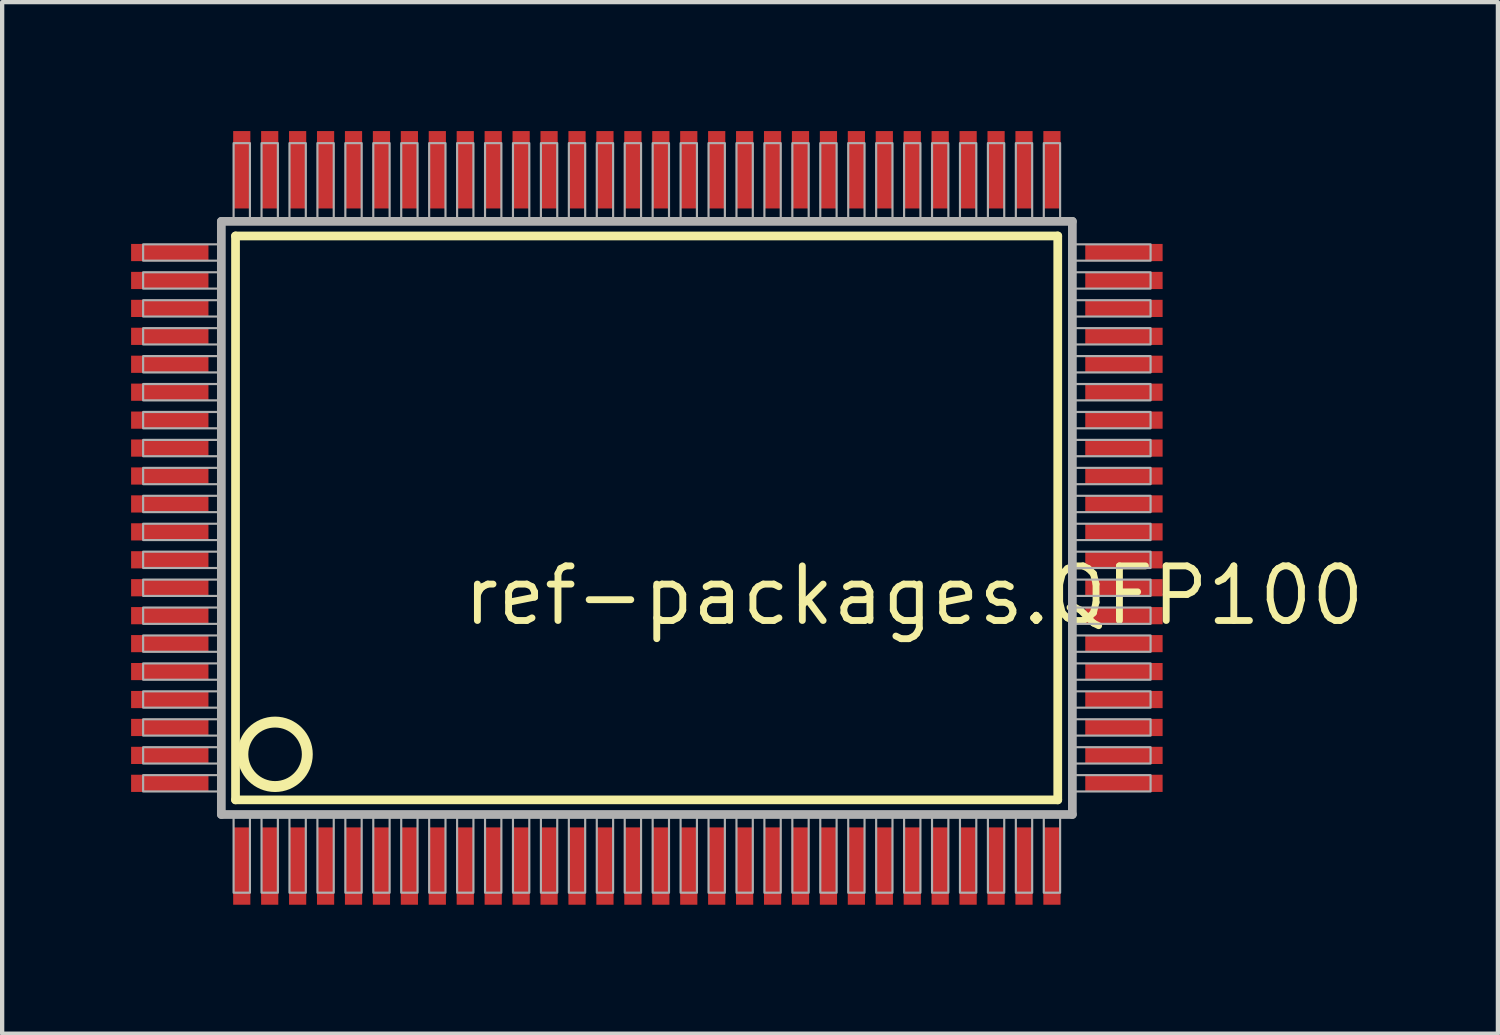
<source format=kicad_pcb>
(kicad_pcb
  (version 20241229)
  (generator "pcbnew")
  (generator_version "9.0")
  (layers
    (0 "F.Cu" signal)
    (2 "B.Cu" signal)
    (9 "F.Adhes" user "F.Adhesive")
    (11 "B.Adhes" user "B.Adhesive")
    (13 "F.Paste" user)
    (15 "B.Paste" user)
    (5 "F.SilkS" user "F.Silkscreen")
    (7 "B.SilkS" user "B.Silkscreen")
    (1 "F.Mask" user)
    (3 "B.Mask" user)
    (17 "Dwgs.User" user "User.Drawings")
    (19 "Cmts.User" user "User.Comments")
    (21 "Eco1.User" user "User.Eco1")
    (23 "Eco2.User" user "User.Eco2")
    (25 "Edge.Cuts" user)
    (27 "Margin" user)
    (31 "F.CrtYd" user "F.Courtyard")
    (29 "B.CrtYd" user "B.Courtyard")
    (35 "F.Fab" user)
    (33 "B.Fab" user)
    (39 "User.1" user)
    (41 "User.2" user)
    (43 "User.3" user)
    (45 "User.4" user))
  (footprint "ref-packages.QFP100"
    (layer "F.Cu")
    (at 12 9)
    (property "Reference" "ref-packages.QFP100" (at -4.35 2.55 0) (layer "F.SilkS") (effects (font (size 1.27 1.27) (thickness 0.16)) (justify left bottom)))
    (attr smd)
    (fp_line (start -9.57 -6.56) (end 9.56 -6.56) (stroke (width 0.203) (type default)) (layer "F.SilkS"))
    (fp_line (start -9.57 6.56) (end -9.57 -6.56) (stroke (width 0.203) (type default)) (layer "F.SilkS"))
    (fp_line (start 9.56 -6.56) (end 9.56 6.56) (stroke (width 0.203) (type default)) (layer "F.SilkS"))
    (fp_line (start 9.56 6.56) (end -9.57 6.56) (stroke (width 0.203) (type default)) (layer "F.SilkS"))
    (fp_circle (center -8.65 5.5) (end -7.9 5.5) (stroke (width 0.254) (type default)) (fill no) (layer "F.SilkS"))
    (fp_line (start -9.9 -6.9) (end -9.9 6.9) (stroke (width 0.203) (type default)) (layer "F.Fab"))
    (fp_line (start -9.9 6.9) (end 9.9 6.9) (stroke (width 0.203) (type default)) (layer "F.Fab"))
    (fp_line (start 9.9 -6.9) (end -9.9 -6.9) (stroke (width 0.203) (type default)) (layer "F.Fab"))
    (fp_line (start 9.9 6.9) (end 9.9 -6.9) (stroke (width 0.203) (type default)) (layer "F.Fab"))
    (fp_rect (start -11.72 -5.985) (end -9.95 -6.365) (stroke (width 0.05) (type default)) (fill no) (layer "F.Fab"))
    (fp_rect (start -11.72 -5.335) (end -9.95 -5.715) (stroke (width 0.05) (type default)) (fill no) (layer "F.Fab"))
    (fp_rect (start -11.72 -4.685) (end -9.95 -5.065) (stroke (width 0.05) (type default)) (fill no) (layer "F.Fab"))
    (fp_rect (start -11.72 -4.035) (end -9.95 -4.415) (stroke (width 0.05) (type default)) (fill no) (layer "F.Fab"))
    (fp_rect (start -11.72 -3.385) (end -9.95 -3.765) (stroke (width 0.05) (type default)) (fill no) (layer "F.Fab"))
    (fp_rect (start -11.72 -2.735) (end -9.95 -3.115) (stroke (width 0.05) (type default)) (fill no) (layer "F.Fab"))
    (fp_rect (start -11.72 -2.085) (end -9.95 -2.465) (stroke (width 0.05) (type default)) (fill no) (layer "F.Fab"))
    (fp_rect (start -11.72 -1.435) (end -9.95 -1.815) (stroke (width 0.05) (type default)) (fill no) (layer "F.Fab"))
    (fp_rect (start -11.72 -0.785) (end -9.95 -1.165) (stroke (width 0.05) (type default)) (fill no) (layer "F.Fab"))
    (fp_rect (start -11.72 -0.135) (end -9.95 -0.515) (stroke (width 0.05) (type default)) (fill no) (layer "F.Fab"))
    (fp_rect (start -11.72 0.515) (end -9.95 0.135) (stroke (width 0.05) (type default)) (fill no) (layer "F.Fab"))
    (fp_rect (start -11.72 1.165) (end -9.95 0.785) (stroke (width 0.05) (type default)) (fill no) (layer "F.Fab"))
    (fp_rect (start -11.72 1.815) (end -9.95 1.435) (stroke (width 0.05) (type default)) (fill no) (layer "F.Fab"))
    (fp_rect (start -11.72 2.465) (end -9.95 2.085) (stroke (width 0.05) (type default)) (fill no) (layer "F.Fab"))
    (fp_rect (start -11.72 3.115) (end -9.95 2.735) (stroke (width 0.05) (type default)) (fill no) (layer "F.Fab"))
    (fp_rect (start -11.72 3.765) (end -9.95 3.385) (stroke (width 0.05) (type default)) (fill no) (layer "F.Fab"))
    (fp_rect (start -11.72 4.415) (end -9.95 4.035) (stroke (width 0.05) (type default)) (fill no) (layer "F.Fab"))
    (fp_rect (start -11.72 5.065) (end -9.95 4.685) (stroke (width 0.05) (type default)) (fill no) (layer "F.Fab"))
    (fp_rect (start -11.72 5.715) (end -9.95 5.335) (stroke (width 0.05) (type default)) (fill no) (layer "F.Fab"))
    (fp_rect (start -11.72 6.365) (end -9.95 5.985) (stroke (width 0.05) (type default)) (fill no) (layer "F.Fab"))
    (fp_rect (start -9.615 -6.95) (end -9.235 -8.72) (stroke (width 0.05) (type default)) (fill no) (layer "F.Fab"))
    (fp_rect (start -9.615 8.72) (end -9.235 6.95) (stroke (width 0.05) (type default)) (fill no) (layer "F.Fab"))
    (fp_rect (start -8.965 -6.95) (end -8.585 -8.72) (stroke (width 0.05) (type default)) (fill no) (layer "F.Fab"))
    (fp_rect (start -8.965 8.72) (end -8.585 6.95) (stroke (width 0.05) (type default)) (fill no) (layer "F.Fab"))
    (fp_rect (start -8.315 -6.95) (end -7.935 -8.72) (stroke (width 0.05) (type default)) (fill no) (layer "F.Fab"))
    (fp_rect (start -8.315 8.72) (end -7.935 6.95) (stroke (width 0.05) (type default)) (fill no) (layer "F.Fab"))
    (fp_rect (start -7.665 -6.95) (end -7.285 -8.72) (stroke (width 0.05) (type default)) (fill no) (layer "F.Fab"))
    (fp_rect (start -7.665 8.72) (end -7.285 6.95) (stroke (width 0.05) (type default)) (fill no) (layer "F.Fab"))
    (fp_rect (start -7.015 -6.95) (end -6.635 -8.72) (stroke (width 0.05) (type default)) (fill no) (layer "F.Fab"))
    (fp_rect (start -7.015 8.72) (end -6.635 6.95) (stroke (width 0.05) (type default)) (fill no) (layer "F.Fab"))
    (fp_rect (start -6.365 -6.95) (end -5.985 -8.72) (stroke (width 0.05) (type default)) (fill no) (layer "F.Fab"))
    (fp_rect (start -6.365 8.72) (end -5.985 6.95) (stroke (width 0.05) (type default)) (fill no) (layer "F.Fab"))
    (fp_rect (start -5.715 -6.95) (end -5.335 -8.72) (stroke (width 0.05) (type default)) (fill no) (layer "F.Fab"))
    (fp_rect (start -5.715 8.72) (end -5.335 6.95) (stroke (width 0.05) (type default)) (fill no) (layer "F.Fab"))
    (fp_rect (start -5.065 -6.95) (end -4.685 -8.72) (stroke (width 0.05) (type default)) (fill no) (layer "F.Fab"))
    (fp_rect (start -5.065 8.72) (end -4.685 6.95) (stroke (width 0.05) (type default)) (fill no) (layer "F.Fab"))
    (fp_rect (start -4.415 -6.95) (end -4.035 -8.72) (stroke (width 0.05) (type default)) (fill no) (layer "F.Fab"))
    (fp_rect (start -4.415 8.72) (end -4.035 6.95) (stroke (width 0.05) (type default)) (fill no) (layer "F.Fab"))
    (fp_rect (start -3.765 -6.95) (end -3.385 -8.72) (stroke (width 0.05) (type default)) (fill no) (layer "F.Fab"))
    (fp_rect (start -3.765 8.72) (end -3.385 6.95) (stroke (width 0.05) (type default)) (fill no) (layer "F.Fab"))
    (fp_rect (start -3.115 -6.95) (end -2.735 -8.72) (stroke (width 0.05) (type default)) (fill no) (layer "F.Fab"))
    (fp_rect (start -3.115 8.72) (end -2.735 6.95) (stroke (width 0.05) (type default)) (fill no) (layer "F.Fab"))
    (fp_rect (start -2.465 -6.95) (end -2.085 -8.72) (stroke (width 0.05) (type default)) (fill no) (layer "F.Fab"))
    (fp_rect (start -2.465 8.72) (end -2.085 6.95) (stroke (width 0.05) (type default)) (fill no) (layer "F.Fab"))
    (fp_rect (start -1.815 -6.95) (end -1.435 -8.72) (stroke (width 0.05) (type default)) (fill no) (layer "F.Fab"))
    (fp_rect (start -1.815 8.72) (end -1.435 6.95) (stroke (width 0.05) (type default)) (fill no) (layer "F.Fab"))
    (fp_rect (start -1.165 -6.95) (end -0.785 -8.72) (stroke (width 0.05) (type default)) (fill no) (layer "F.Fab"))
    (fp_rect (start -1.165 8.72) (end -0.785 6.95) (stroke (width 0.05) (type default)) (fill no) (layer "F.Fab"))
    (fp_rect (start -0.515 -6.95) (end -0.135 -8.72) (stroke (width 0.05) (type default)) (fill no) (layer "F.Fab"))
    (fp_rect (start -0.515 8.72) (end -0.135 6.95) (stroke (width 0.05) (type default)) (fill no) (layer "F.Fab"))
    (fp_rect (start 0.135 -6.95) (end 0.515 -8.72) (stroke (width 0.05) (type default)) (fill no) (layer "F.Fab"))
    (fp_rect (start 0.135 8.72) (end 0.515 6.95) (stroke (width 0.05) (type default)) (fill no) (layer "F.Fab"))
    (fp_rect (start 0.785 -6.95) (end 1.165 -8.72) (stroke (width 0.05) (type default)) (fill no) (layer "F.Fab"))
    (fp_rect (start 0.785 8.72) (end 1.165 6.95) (stroke (width 0.05) (type default)) (fill no) (layer "F.Fab"))
    (fp_rect (start 1.435 -6.95) (end 1.815 -8.72) (stroke (width 0.05) (type default)) (fill no) (layer "F.Fab"))
    (fp_rect (start 1.435 8.72) (end 1.815 6.95) (stroke (width 0.05) (type default)) (fill no) (layer "F.Fab"))
    (fp_rect (start 2.085 -6.95) (end 2.465 -8.72) (stroke (width 0.05) (type default)) (fill no) (layer "F.Fab"))
    (fp_rect (start 2.085 8.72) (end 2.465 6.95) (stroke (width 0.05) (type default)) (fill no) (layer "F.Fab"))
    (fp_rect (start 2.735 -6.95) (end 3.115 -8.72) (stroke (width 0.05) (type default)) (fill no) (layer "F.Fab"))
    (fp_rect (start 2.735 8.72) (end 3.115 6.95) (stroke (width 0.05) (type default)) (fill no) (layer "F.Fab"))
    (fp_rect (start 3.385 -6.95) (end 3.765 -8.72) (stroke (width 0.05) (type default)) (fill no) (layer "F.Fab"))
    (fp_rect (start 3.385 8.72) (end 3.765 6.95) (stroke (width 0.05) (type default)) (fill no) (layer "F.Fab"))
    (fp_rect (start 4.035 -6.95) (end 4.415 -8.72) (stroke (width 0.05) (type default)) (fill no) (layer "F.Fab"))
    (fp_rect (start 4.035 8.72) (end 4.415 6.95) (stroke (width 0.05) (type default)) (fill no) (layer "F.Fab"))
    (fp_rect (start 4.685 -6.95) (end 5.065 -8.72) (stroke (width 0.05) (type default)) (fill no) (layer "F.Fab"))
    (fp_rect (start 4.685 8.72) (end 5.065 6.95) (stroke (width 0.05) (type default)) (fill no) (layer "F.Fab"))
    (fp_rect (start 5.335 -6.95) (end 5.715 -8.72) (stroke (width 0.05) (type default)) (fill no) (layer "F.Fab"))
    (fp_rect (start 5.335 8.72) (end 5.715 6.95) (stroke (width 0.05) (type default)) (fill no) (layer "F.Fab"))
    (fp_rect (start 5.985 -6.95) (end 6.365 -8.72) (stroke (width 0.05) (type default)) (fill no) (layer "F.Fab"))
    (fp_rect (start 5.985 8.72) (end 6.365 6.95) (stroke (width 0.05) (type default)) (fill no) (layer "F.Fab"))
    (fp_rect (start 6.635 -6.95) (end 7.015 -8.72) (stroke (width 0.05) (type default)) (fill no) (layer "F.Fab"))
    (fp_rect (start 6.635 8.72) (end 7.015 6.95) (stroke (width 0.05) (type default)) (fill no) (layer "F.Fab"))
    (fp_rect (start 7.285 -6.95) (end 7.665 -8.72) (stroke (width 0.05) (type default)) (fill no) (layer "F.Fab"))
    (fp_rect (start 7.285 8.72) (end 7.665 6.95) (stroke (width 0.05) (type default)) (fill no) (layer "F.Fab"))
    (fp_rect (start 7.935 -6.95) (end 8.315 -8.72) (stroke (width 0.05) (type default)) (fill no) (layer "F.Fab"))
    (fp_rect (start 7.935 8.72) (end 8.315 6.95) (stroke (width 0.05) (type default)) (fill no) (layer "F.Fab"))
    (fp_rect (start 8.585 -6.95) (end 8.965 -8.72) (stroke (width 0.05) (type default)) (fill no) (layer "F.Fab"))
    (fp_rect (start 8.585 8.72) (end 8.965 6.95) (stroke (width 0.05) (type default)) (fill no) (layer "F.Fab"))
    (fp_rect (start 9.235 -6.95) (end 9.615 -8.72) (stroke (width 0.05) (type default)) (fill no) (layer "F.Fab"))
    (fp_rect (start 9.235 8.72) (end 9.615 6.95) (stroke (width 0.05) (type default)) (fill no) (layer "F.Fab"))
    (fp_rect (start 9.95 -5.985) (end 11.72 -6.365) (stroke (width 0.05) (type default)) (fill no) (layer "F.Fab"))
    (fp_rect (start 9.95 -5.335) (end 11.72 -5.715) (stroke (width 0.05) (type default)) (fill no) (layer "F.Fab"))
    (fp_rect (start 9.95 -4.685) (end 11.72 -5.065) (stroke (width 0.05) (type default)) (fill no) (layer "F.Fab"))
    (fp_rect (start 9.95 -4.035) (end 11.72 -4.415) (stroke (width 0.05) (type default)) (fill no) (layer "F.Fab"))
    (fp_rect (start 9.95 -3.385) (end 11.72 -3.765) (stroke (width 0.05) (type default)) (fill no) (layer "F.Fab"))
    (fp_rect (start 9.95 -2.735) (end 11.72 -3.115) (stroke (width 0.05) (type default)) (fill no) (layer "F.Fab"))
    (fp_rect (start 9.95 -2.085) (end 11.72 -2.465) (stroke (width 0.05) (type default)) (fill no) (layer "F.Fab"))
    (fp_rect (start 9.95 -1.435) (end 11.72 -1.815) (stroke (width 0.05) (type default)) (fill no) (layer "F.Fab"))
    (fp_rect (start 9.95 -0.785) (end 11.72 -1.165) (stroke (width 0.05) (type default)) (fill no) (layer "F.Fab"))
    (fp_rect (start 9.95 -0.135) (end 11.72 -0.515) (stroke (width 0.05) (type default)) (fill no) (layer "F.Fab"))
    (fp_rect (start 9.95 0.515) (end 11.72 0.135) (stroke (width 0.05) (type default)) (fill no) (layer "F.Fab"))
    (fp_rect (start 9.95 1.165) (end 11.72 0.785) (stroke (width 0.05) (type default)) (fill no) (layer "F.Fab"))
    (fp_rect (start 9.95 1.815) (end 11.72 1.435) (stroke (width 0.05) (type default)) (fill no) (layer "F.Fab"))
    (fp_rect (start 9.95 2.465) (end 11.72 2.085) (stroke (width 0.05) (type default)) (fill no) (layer "F.Fab"))
    (fp_rect (start 9.95 3.115) (end 11.72 2.735) (stroke (width 0.05) (type default)) (fill no) (layer "F.Fab"))
    (fp_rect (start 9.95 3.765) (end 11.72 3.385) (stroke (width 0.05) (type default)) (fill no) (layer "F.Fab"))
    (fp_rect (start 9.95 4.415) (end 11.72 4.035) (stroke (width 0.05) (type default)) (fill no) (layer "F.Fab"))
    (fp_rect (start 9.95 5.065) (end 11.72 4.685) (stroke (width 0.05) (type default)) (fill no) (layer "F.Fab"))
    (fp_rect (start 9.95 5.715) (end 11.72 5.335) (stroke (width 0.05) (type default)) (fill no) (layer "F.Fab"))
    (fp_rect (start 9.95 6.365) (end 11.72 5.985) (stroke (width 0.05) (type default)) (fill no) (layer "F.Fab"))
    (pad "1" smd roundrect (at -9.425 8.1) (size 0.4 1.8) (layers "F.Cu" "F.Mask" "F.Paste") (roundrect_rratio 0.01))
    (pad "2" smd roundrect (at -8.775 8.1) (size 0.4 1.8) (layers "F.Cu" "F.Mask" "F.Paste") (roundrect_rratio 0.01))
    (pad "3" smd roundrect (at -8.125 8.1) (size 0.4 1.8) (layers "F.Cu" "F.Mask" "F.Paste") (roundrect_rratio 0.01))
    (pad "4" smd roundrect (at -7.475 8.1) (size 0.4 1.8) (layers "F.Cu" "F.Mask" "F.Paste") (roundrect_rratio 0.01))
    (pad "5" smd roundrect (at -6.825 8.1) (size 0.4 1.8) (layers "F.Cu" "F.Mask" "F.Paste") (roundrect_rratio 0.01))
    (pad "6" smd roundrect (at -6.175 8.1) (size 0.4 1.8) (layers "F.Cu" "F.Mask" "F.Paste") (roundrect_rratio 0.01))
    (pad "7" smd roundrect (at -5.525 8.1) (size 0.4 1.8) (layers "F.Cu" "F.Mask" "F.Paste") (roundrect_rratio 0.01))
    (pad "8" smd roundrect (at -4.875 8.1) (size 0.4 1.8) (layers "F.Cu" "F.Mask" "F.Paste") (roundrect_rratio 0.01))
    (pad "9" smd roundrect (at -4.225 8.1) (size 0.4 1.8) (layers "F.Cu" "F.Mask" "F.Paste") (roundrect_rratio 0.01))
    (pad "10" smd roundrect (at -3.575 8.1) (size 0.4 1.8) (layers "F.Cu" "F.Mask" "F.Paste") (roundrect_rratio 0.01))
    (pad "11" smd roundrect (at -2.925 8.1) (size 0.4 1.8) (layers "F.Cu" "F.Mask" "F.Paste") (roundrect_rratio 0.01))
    (pad "12" smd roundrect (at -2.275 8.1) (size 0.4 1.8) (layers "F.Cu" "F.Mask" "F.Paste") (roundrect_rratio 0.01))
    (pad "13" smd roundrect (at -1.625 8.1) (size 0.4 1.8) (layers "F.Cu" "F.Mask" "F.Paste") (roundrect_rratio 0.01))
    (pad "14" smd roundrect (at -0.975 8.1) (size 0.4 1.8) (layers "F.Cu" "F.Mask" "F.Paste") (roundrect_rratio 0.01))
    (pad "15" smd roundrect (at -0.325 8.1) (size 0.4 1.8) (layers "F.Cu" "F.Mask" "F.Paste") (roundrect_rratio 0.01))
    (pad "16" smd roundrect (at 0.325 8.1) (size 0.4 1.8) (layers "F.Cu" "F.Mask" "F.Paste") (roundrect_rratio 0.01))
    (pad "17" smd roundrect (at 0.975 8.1) (size 0.4 1.8) (layers "F.Cu" "F.Mask" "F.Paste") (roundrect_rratio 0.01))
    (pad "18" smd roundrect (at 1.625 8.1) (size 0.4 1.8) (layers "F.Cu" "F.Mask" "F.Paste") (roundrect_rratio 0.01))
    (pad "19" smd roundrect (at 2.275 8.1) (size 0.4 1.8) (layers "F.Cu" "F.Mask" "F.Paste") (roundrect_rratio 0.01))
    (pad "20" smd roundrect (at 2.925 8.1) (size 0.4 1.8) (layers "F.Cu" "F.Mask" "F.Paste") (roundrect_rratio 0.01))
    (pad "21" smd roundrect (at 3.575 8.1) (size 0.4 1.8) (layers "F.Cu" "F.Mask" "F.Paste") (roundrect_rratio 0.01))
    (pad "22" smd roundrect (at 4.225 8.1) (size 0.4 1.8) (layers "F.Cu" "F.Mask" "F.Paste") (roundrect_rratio 0.01))
    (pad "23" smd roundrect (at 4.875 8.1) (size 0.4 1.8) (layers "F.Cu" "F.Mask" "F.Paste") (roundrect_rratio 0.01))
    (pad "24" smd roundrect (at 5.525 8.1) (size 0.4 1.8) (layers "F.Cu" "F.Mask" "F.Paste") (roundrect_rratio 0.01))
    (pad "25" smd roundrect (at 6.175 8.1) (size 0.4 1.8) (layers "F.Cu" "F.Mask" "F.Paste") (roundrect_rratio 0.01))
    (pad "26" smd roundrect (at 6.825 8.1) (size 0.4 1.8) (layers "F.Cu" "F.Mask" "F.Paste") (roundrect_rratio 0.01))
    (pad "27" smd roundrect (at 7.475 8.1) (size 0.4 1.8) (layers "F.Cu" "F.Mask" "F.Paste") (roundrect_rratio 0.01))
    (pad "28" smd roundrect (at 8.125 8.1) (size 0.4 1.8) (layers "F.Cu" "F.Mask" "F.Paste") (roundrect_rratio 0.01))
    (pad "29" smd roundrect (at 8.775 8.1) (size 0.4 1.8) (layers "F.Cu" "F.Mask" "F.Paste") (roundrect_rratio 0.01))
    (pad "30" smd roundrect (at 9.425 8.1) (size 0.4 1.8) (layers "F.Cu" "F.Mask" "F.Paste") (roundrect_rratio 0.01))
    (pad "31" smd roundrect (at 11.1 6.175) (size 1.8 0.4) (layers "F.Cu" "F.Mask" "F.Paste") (roundrect_rratio 0.01))
    (pad "32" smd roundrect (at 11.1 5.525) (size 1.8 0.4) (layers "F.Cu" "F.Mask" "F.Paste") (roundrect_rratio 0.01))
    (pad "33" smd roundrect (at 11.1 4.875) (size 1.8 0.4) (layers "F.Cu" "F.Mask" "F.Paste") (roundrect_rratio 0.01))
    (pad "34" smd roundrect (at 11.1 4.225) (size 1.8 0.4) (layers "F.Cu" "F.Mask" "F.Paste") (roundrect_rratio 0.01))
    (pad "35" smd roundrect (at 11.1 3.575) (size 1.8 0.4) (layers "F.Cu" "F.Mask" "F.Paste") (roundrect_rratio 0.01))
    (pad "36" smd roundrect (at 11.1 2.925) (size 1.8 0.4) (layers "F.Cu" "F.Mask" "F.Paste") (roundrect_rratio 0.01))
    (pad "37" smd roundrect (at 11.1 2.275) (size 1.8 0.4) (layers "F.Cu" "F.Mask" "F.Paste") (roundrect_rratio 0.01))
    (pad "38" smd roundrect (at 11.1 1.625) (size 1.8 0.4) (layers "F.Cu" "F.Mask" "F.Paste") (roundrect_rratio 0.01))
    (pad "39" smd roundrect (at 11.1 0.975) (size 1.8 0.4) (layers "F.Cu" "F.Mask" "F.Paste") (roundrect_rratio 0.01))
    (pad "40" smd roundrect (at 11.1 0.325) (size 1.8 0.4) (layers "F.Cu" "F.Mask" "F.Paste") (roundrect_rratio 0.01))
    (pad "41" smd roundrect (at 11.1 -0.325) (size 1.8 0.4) (layers "F.Cu" "F.Mask" "F.Paste") (roundrect_rratio 0.01))
    (pad "42" smd roundrect (at 11.1 -0.975) (size 1.8 0.4) (layers "F.Cu" "F.Mask" "F.Paste") (roundrect_rratio 0.01))
    (pad "43" smd roundrect (at 11.1 -1.625) (size 1.8 0.4) (layers "F.Cu" "F.Mask" "F.Paste") (roundrect_rratio 0.01))
    (pad "44" smd roundrect (at 11.1 -2.275) (size 1.8 0.4) (layers "F.Cu" "F.Mask" "F.Paste") (roundrect_rratio 0.01))
    (pad "45" smd roundrect (at 11.1 -2.925) (size 1.8 0.4) (layers "F.Cu" "F.Mask" "F.Paste") (roundrect_rratio 0.01))
    (pad "46" smd roundrect (at 11.1 -3.575) (size 1.8 0.4) (layers "F.Cu" "F.Mask" "F.Paste") (roundrect_rratio 0.01))
    (pad "47" smd roundrect (at 11.1 -4.225) (size 1.8 0.4) (layers "F.Cu" "F.Mask" "F.Paste") (roundrect_rratio 0.01))
    (pad "48" smd roundrect (at 11.1 -4.875) (size 1.8 0.4) (layers "F.Cu" "F.Mask" "F.Paste") (roundrect_rratio 0.01))
    (pad "49" smd roundrect (at 11.1 -5.525) (size 1.8 0.4) (layers "F.Cu" "F.Mask" "F.Paste") (roundrect_rratio 0.01))
    (pad "50" smd roundrect (at 11.1 -6.175) (size 1.8 0.4) (layers "F.Cu" "F.Mask" "F.Paste") (roundrect_rratio 0.01))
    (pad "51" smd roundrect (at 9.425 -8.1) (size 0.4 1.8) (layers "F.Cu" "F.Mask" "F.Paste") (roundrect_rratio 0.01))
    (pad "52" smd roundrect (at 8.775 -8.1) (size 0.4 1.8) (layers "F.Cu" "F.Mask" "F.Paste") (roundrect_rratio 0.01))
    (pad "53" smd roundrect (at 8.125 -8.1) (size 0.4 1.8) (layers "F.Cu" "F.Mask" "F.Paste") (roundrect_rratio 0.01))
    (pad "54" smd roundrect (at 7.475 -8.1) (size 0.4 1.8) (layers "F.Cu" "F.Mask" "F.Paste") (roundrect_rratio 0.01))
    (pad "55" smd roundrect (at 6.825 -8.1) (size 0.4 1.8) (layers "F.Cu" "F.Mask" "F.Paste") (roundrect_rratio 0.01))
    (pad "56" smd roundrect (at 6.175 -8.1) (size 0.4 1.8) (layers "F.Cu" "F.Mask" "F.Paste") (roundrect_rratio 0.01))
    (pad "57" smd roundrect (at 5.525 -8.1) (size 0.4 1.8) (layers "F.Cu" "F.Mask" "F.Paste") (roundrect_rratio 0.01))
    (pad "58" smd roundrect (at 4.875 -8.1) (size 0.4 1.8) (layers "F.Cu" "F.Mask" "F.Paste") (roundrect_rratio 0.01))
    (pad "59" smd roundrect (at 4.225 -8.1) (size 0.4 1.8) (layers "F.Cu" "F.Mask" "F.Paste") (roundrect_rratio 0.01))
    (pad "60" smd roundrect (at 3.575 -8.1) (size 0.4 1.8) (layers "F.Cu" "F.Mask" "F.Paste") (roundrect_rratio 0.01))
    (pad "61" smd roundrect (at 2.925 -8.1) (size 0.4 1.8) (layers "F.Cu" "F.Mask" "F.Paste") (roundrect_rratio 0.01))
    (pad "62" smd roundrect (at 2.275 -8.1) (size 0.4 1.8) (layers "F.Cu" "F.Mask" "F.Paste") (roundrect_rratio 0.01))
    (pad "63" smd roundrect (at 1.625 -8.1) (size 0.4 1.8) (layers "F.Cu" "F.Mask" "F.Paste") (roundrect_rratio 0.01))
    (pad "64" smd roundrect (at 0.975 -8.1) (size 0.4 1.8) (layers "F.Cu" "F.Mask" "F.Paste") (roundrect_rratio 0.01))
    (pad "65" smd roundrect (at 0.325 -8.1) (size 0.4 1.8) (layers "F.Cu" "F.Mask" "F.Paste") (roundrect_rratio 0.01))
    (pad "66" smd roundrect (at -0.325 -8.1) (size 0.4 1.8) (layers "F.Cu" "F.Mask" "F.Paste") (roundrect_rratio 0.01))
    (pad "67" smd roundrect (at -0.975 -8.1) (size 0.4 1.8) (layers "F.Cu" "F.Mask" "F.Paste") (roundrect_rratio 0.01))
    (pad "68" smd roundrect (at -1.625 -8.1) (size 0.4 1.8) (layers "F.Cu" "F.Mask" "F.Paste") (roundrect_rratio 0.01))
    (pad "69" smd roundrect (at -2.275 -8.1) (size 0.4 1.8) (layers "F.Cu" "F.Mask" "F.Paste") (roundrect_rratio 0.01))
    (pad "70" smd roundrect (at -2.925 -8.1) (size 0.4 1.8) (layers "F.Cu" "F.Mask" "F.Paste") (roundrect_rratio 0.01))
    (pad "71" smd roundrect (at -3.575 -8.1) (size 0.4 1.8) (layers "F.Cu" "F.Mask" "F.Paste") (roundrect_rratio 0.01))
    (pad "72" smd roundrect (at -4.225 -8.1) (size 0.4 1.8) (layers "F.Cu" "F.Mask" "F.Paste") (roundrect_rratio 0.01))
    (pad "73" smd roundrect (at -4.875 -8.1) (size 0.4 1.8) (layers "F.Cu" "F.Mask" "F.Paste") (roundrect_rratio 0.01))
    (pad "74" smd roundrect (at -5.525 -8.1) (size 0.4 1.8) (layers "F.Cu" "F.Mask" "F.Paste") (roundrect_rratio 0.01))
    (pad "75" smd roundrect (at -6.175 -8.1) (size 0.4 1.8) (layers "F.Cu" "F.Mask" "F.Paste") (roundrect_rratio 0.01))
    (pad "76" smd roundrect (at -6.825 -8.1) (size 0.4 1.8) (layers "F.Cu" "F.Mask" "F.Paste") (roundrect_rratio 0.01))
    (pad "77" smd roundrect (at -7.475 -8.1) (size 0.4 1.8) (layers "F.Cu" "F.Mask" "F.Paste") (roundrect_rratio 0.01))
    (pad "78" smd roundrect (at -8.125 -8.1) (size 0.4 1.8) (layers "F.Cu" "F.Mask" "F.Paste") (roundrect_rratio 0.01))
    (pad "79" smd roundrect (at -8.775 -8.1) (size 0.4 1.8) (layers "F.Cu" "F.Mask" "F.Paste") (roundrect_rratio 0.01))
    (pad "80" smd roundrect (at -9.425 -8.1) (size 0.4 1.8) (layers "F.Cu" "F.Mask" "F.Paste") (roundrect_rratio 0.01))
    (pad "81" smd roundrect (at -11.1 -6.175) (size 1.8 0.4) (layers "F.Cu" "F.Mask" "F.Paste") (roundrect_rratio 0.01))
    (pad "82" smd roundrect (at -11.1 -5.525) (size 1.8 0.4) (layers "F.Cu" "F.Mask" "F.Paste") (roundrect_rratio 0.01))
    (pad "83" smd roundrect (at -11.1 -4.875) (size 1.8 0.4) (layers "F.Cu" "F.Mask" "F.Paste") (roundrect_rratio 0.01))
    (pad "84" smd roundrect (at -11.1 -4.225) (size 1.8 0.4) (layers "F.Cu" "F.Mask" "F.Paste") (roundrect_rratio 0.01))
    (pad "85" smd roundrect (at -11.1 -3.575) (size 1.8 0.4) (layers "F.Cu" "F.Mask" "F.Paste") (roundrect_rratio 0.01))
    (pad "86" smd roundrect (at -11.1 -2.925) (size 1.8 0.4) (layers "F.Cu" "F.Mask" "F.Paste") (roundrect_rratio 0.01))
    (pad "87" smd roundrect (at -11.1 -2.275) (size 1.8 0.4) (layers "F.Cu" "F.Mask" "F.Paste") (roundrect_rratio 0.01))
    (pad "88" smd roundrect (at -11.1 -1.625) (size 1.8 0.4) (layers "F.Cu" "F.Mask" "F.Paste") (roundrect_rratio 0.01))
    (pad "89" smd roundrect (at -11.1 -0.975) (size 1.8 0.4) (layers "F.Cu" "F.Mask" "F.Paste") (roundrect_rratio 0.01))
    (pad "90" smd roundrect (at -11.1 -0.325) (size 1.8 0.4) (layers "F.Cu" "F.Mask" "F.Paste") (roundrect_rratio 0.01))
    (pad "91" smd roundrect (at -11.1 0.325) (size 1.8 0.4) (layers "F.Cu" "F.Mask" "F.Paste") (roundrect_rratio 0.01))
    (pad "92" smd roundrect (at -11.1 0.975) (size 1.8 0.4) (layers "F.Cu" "F.Mask" "F.Paste") (roundrect_rratio 0.01))
    (pad "93" smd roundrect (at -11.1 1.625) (size 1.8 0.4) (layers "F.Cu" "F.Mask" "F.Paste") (roundrect_rratio 0.01))
    (pad "94" smd roundrect (at -11.1 2.275) (size 1.8 0.4) (layers "F.Cu" "F.Mask" "F.Paste") (roundrect_rratio 0.01))
    (pad "95" smd roundrect (at -11.1 2.925) (size 1.8 0.4) (layers "F.Cu" "F.Mask" "F.Paste") (roundrect_rratio 0.01))
    (pad "96" smd roundrect (at -11.1 3.575) (size 1.8 0.4) (layers "F.Cu" "F.Mask" "F.Paste") (roundrect_rratio 0.01))
    (pad "97" smd roundrect (at -11.1 4.225) (size 1.8 0.4) (layers "F.Cu" "F.Mask" "F.Paste") (roundrect_rratio 0.01))
    (pad "98" smd roundrect (at -11.1 4.875) (size 1.8 0.4) (layers "F.Cu" "F.Mask" "F.Paste") (roundrect_rratio 0.01))
    (pad "99" smd roundrect (at -11.1 5.525) (size 1.8 0.4) (layers "F.Cu" "F.Mask" "F.Paste") (roundrect_rratio 0.01))
    (pad "100" smd roundrect (at -11.1 6.175) (size 1.8 0.4) (layers "F.Cu" "F.Mask" "F.Paste") (roundrect_rratio 0.01)))
  (gr_rect
    (start -3 -3)
    (end 31.801 21)
    (stroke (width 0.1) (type default))
    (fill no)
    (layer "Edge.Cuts")))
</source>
